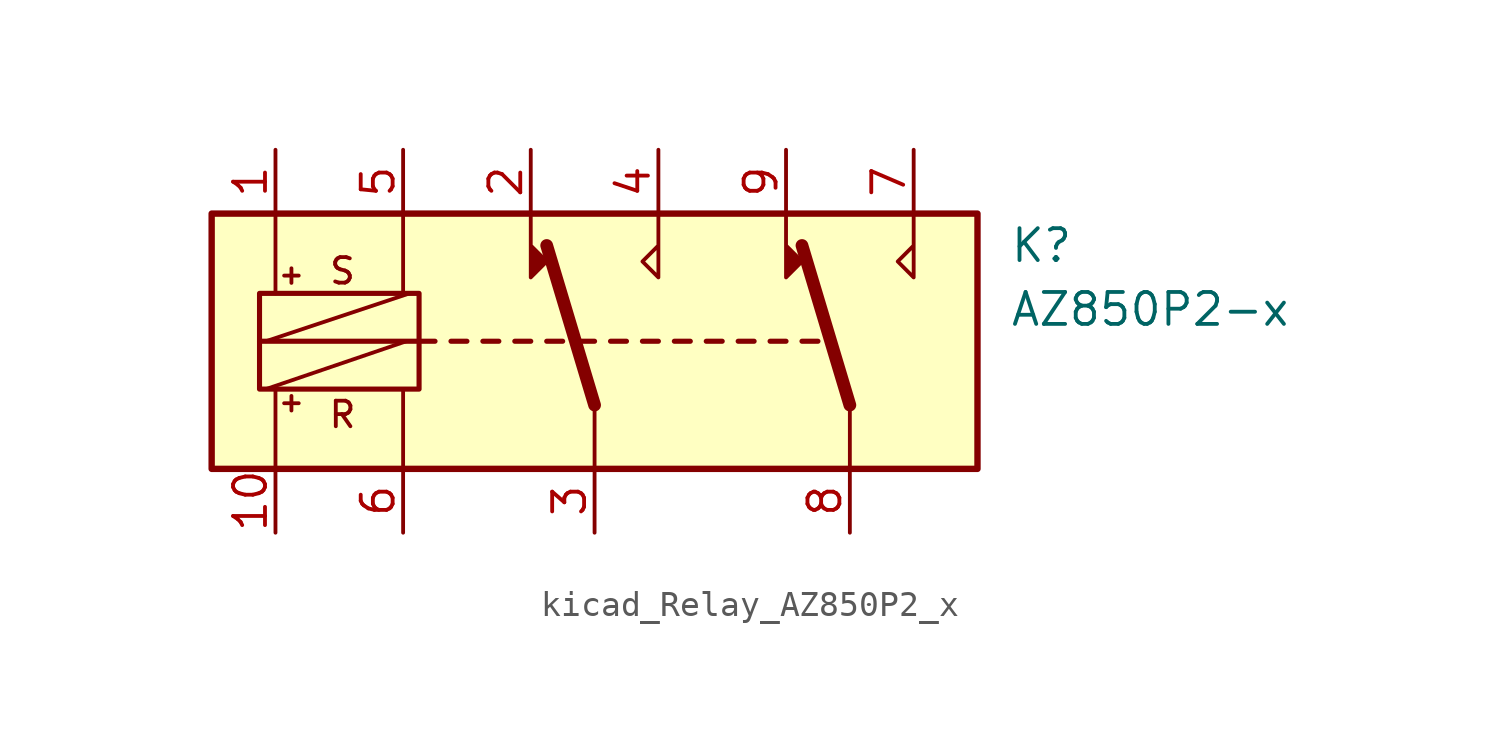
<source format=kicad_sym>
(kicad_symbol_lib
  (version 20220914)
  (generator kicad_symbol_editor)
  (symbol "kicad_Relay_AZ850P2_x"
    (property "Reference" "K"
      (at 16.51 3.81 0)
      (effects (font (size 1.27 1.27)) (justify left)))
    (property "Value" "AZ850P2-x"
      (at 16.51 1.27 0)
      (effects (font (size 1.27 1.27)) (justify left)))
    (symbol "kicad_Relay_AZ850P2_x_0_0"
      (polyline (pts (xy -2.54 5.08) (xy -2.54 2.54) (xy -1.905 3.175) (xy -2.54 3.81)) (stroke (width 0) (type default)) (fill (type outline)))
      (polyline (pts (xy 2.54 5.08) (xy 2.54 2.54) (xy 1.905 3.175) (xy 2.54 3.81)) (stroke (width 0) (type default)) (fill (type none)))
      (polyline (pts (xy 7.62 5.08) (xy 7.62 2.54) (xy 8.255 3.175) (xy 7.62 3.81)) (stroke (width 0) (type default)) (fill (type outline)))
      (polyline (pts (xy 12.7 5.08) (xy 12.7 2.54) (xy 12.065 3.175) (xy 12.7 3.81)) (stroke (width 0) (type default)) (fill (type none)))
      (text "+" (at -12.065 -2.413 0) (effects (font (size 0.762 0.762))))
      (text "+" (at -12.065 2.667 0) (effects (font (size 0.762 0.762))))
      (text "R" (at -10.033 -2.921 0) (effects (font (size 1.016 1.016))))
      (text "S" (at -10.033 2.794 0) (effects (font (size 1.016 1.016)))))
    (symbol "kicad_Relay_AZ850P2_x_0_1"
      (rectangle (start -15.24 5.08) (end 15.24 -5.08) (stroke (width 0.254) (type default)) (fill (type background)))
      (rectangle (start -13.335 1.905) (end -6.985 -1.905) (stroke (width 0.203) (type default)) (fill (type none)))
      (polyline (pts (xy -13.335 0) (xy -6.35 0)) (stroke (width 0.203) (type default)) (fill (type none)))
      (polyline (pts (xy -13.081 -1.905) (xy -7.493 0)) (stroke (width 0) (type default)) (fill (type none)))
      (polyline (pts (xy -13.081 0) (xy -7.366 1.905)) (stroke (width 0) (type default)) (fill (type none)))
      (polyline (pts (xy -12.7 -5.08) (xy -12.7 -1.905)) (stroke (width 0) (type default)) (fill (type none)))
      (polyline (pts (xy -12.7 5.08) (xy -12.7 1.905)) (stroke (width 0) (type default)) (fill (type none)))
      (polyline (pts (xy -7.62 -5.08) (xy -7.62 -1.905)) (stroke (width 0) (type default)) (fill (type none)))
      (polyline (pts (xy -7.62 5.08) (xy -7.62 1.905)) (stroke (width 0) (type default)) (fill (type none)))
      (polyline (pts (xy -5.715 0) (xy -5.08 0)) (stroke (width 0.203) (type default)) (fill (type none)))
      (polyline (pts (xy -4.445 0) (xy -3.81 0)) (stroke (width 0.203) (type default)) (fill (type none)))
      (polyline (pts (xy -3.175 0) (xy -2.54 0)) (stroke (width 0.203) (type default)) (fill (type none)))
      (polyline (pts (xy -1.905 0) (xy -1.27 0)) (stroke (width 0.203) (type default)) (fill (type none)))
      (polyline (pts (xy -0.635 0) (xy 0 0)) (stroke (width 0.203) (type default)) (fill (type none)))
      (polyline (pts (xy 0 -2.54) (xy -1.905 3.81)) (stroke (width 0.508) (type default)) (fill (type none)))
      (polyline (pts (xy 0 -2.54) (xy 0 -5.08)) (stroke (width 0) (type default)) (fill (type none)))
      (polyline (pts (xy 0.635 0) (xy 1.27 0)) (stroke (width 0.203) (type default)) (fill (type none)))
      (polyline (pts (xy 1.905 0) (xy 2.54 0)) (stroke (width 0.203) (type default)) (fill (type none)))
      (polyline (pts (xy 3.175 0) (xy 3.81 0)) (stroke (width 0.203) (type default)) (fill (type none)))
      (polyline (pts (xy 4.445 0) (xy 5.08 0)) (stroke (width 0.203) (type default)) (fill (type none)))
      (polyline (pts (xy 5.715 0) (xy 6.35 0)) (stroke (width 0.203) (type default)) (fill (type none)))
      (polyline (pts (xy 6.985 0) (xy 7.62 0)) (stroke (width 0.203) (type default)) (fill (type none)))
      (polyline (pts (xy 8.255 0) (xy 8.89 0)) (stroke (width 0.203) (type default)) (fill (type none)))
      (polyline (pts (xy 10.16 -2.54) (xy 8.255 3.81)) (stroke (width 0.508) (type default)) (fill (type none)))
      (polyline (pts (xy 10.16 -2.54) (xy 10.16 -5.08)) (stroke (width 0) (type default)) (fill (type none))))
    (symbol "kicad_Relay_AZ850P2_x_1_1"
      (pin passive line (at -12.7 7.62 270) (length 2.54) (name "~" (effects (font (size 1.27 1.27)))) (number "1" (effects (font (size 1.27 1.27)))))
      (pin passive line (at -12.7 -7.62 90) (length 2.54) (name "~" (effects (font (size 1.27 1.27)))) (number "10" (effects (font (size 1.27 1.27)))))
      (pin passive line (at -2.54 7.62 270) (length 2.54) (name "~" (effects (font (size 1.27 1.27)))) (number "2" (effects (font (size 1.27 1.27)))))
      (pin passive line (at 0 -7.62 90) (length 2.54) (name "~" (effects (font (size 1.27 1.27)))) (number "3" (effects (font (size 1.27 1.27)))))
      (pin passive line (at 2.54 7.62 270) (length 2.54) (name "~" (effects (font (size 1.27 1.27)))) (number "4" (effects (font (size 1.27 1.27)))))
      (pin passive line (at -7.62 7.62 270) (length 2.54) (name "~" (effects (font (size 1.27 1.27)))) (number "5" (effects (font (size 1.27 1.27)))))
      (pin passive line (at -7.62 -7.62 90) (length 2.54) (name "~" (effects (font (size 1.27 1.27)))) (number "6" (effects (font (size 1.27 1.27)))))
      (pin passive line (at 12.7 7.62 270) (length 2.54) (name "~" (effects (font (size 1.27 1.27)))) (number "7" (effects (font (size 1.27 1.27)))))
      (pin passive line (at 10.16 -7.62 90) (length 2.54) (name "~" (effects (font (size 1.27 1.27)))) (number "8" (effects (font (size 1.27 1.27)))))
      (pin passive line (at 7.62 7.62 270) (length 2.54) (name "~" (effects (font (size 1.27 1.27)))) (number "9" (effects (font (size 1.27 1.27))))))))
</source>
